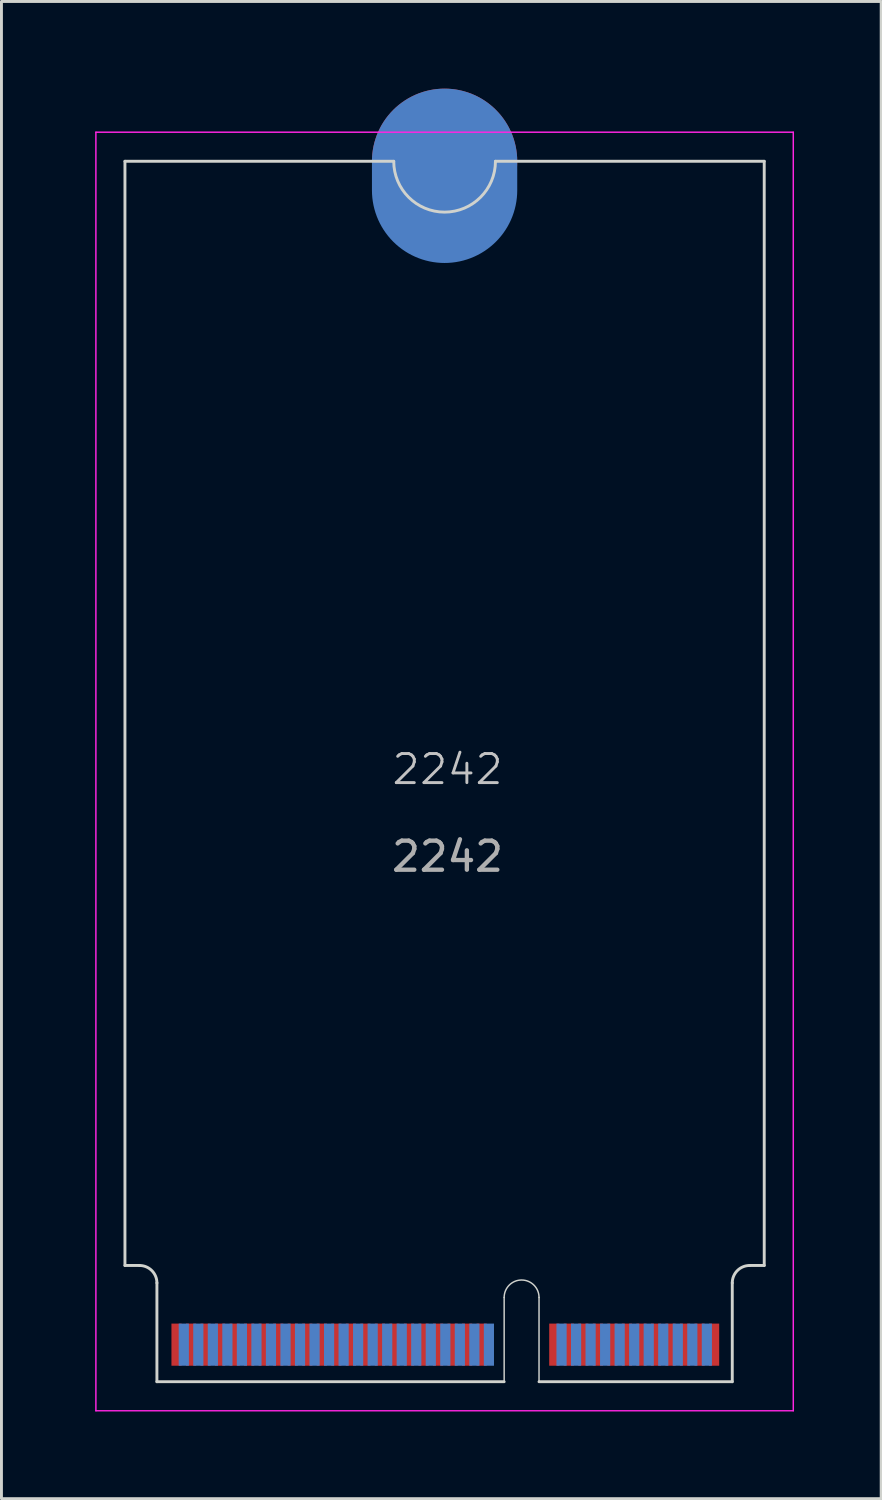
<source format=kicad_pcb>
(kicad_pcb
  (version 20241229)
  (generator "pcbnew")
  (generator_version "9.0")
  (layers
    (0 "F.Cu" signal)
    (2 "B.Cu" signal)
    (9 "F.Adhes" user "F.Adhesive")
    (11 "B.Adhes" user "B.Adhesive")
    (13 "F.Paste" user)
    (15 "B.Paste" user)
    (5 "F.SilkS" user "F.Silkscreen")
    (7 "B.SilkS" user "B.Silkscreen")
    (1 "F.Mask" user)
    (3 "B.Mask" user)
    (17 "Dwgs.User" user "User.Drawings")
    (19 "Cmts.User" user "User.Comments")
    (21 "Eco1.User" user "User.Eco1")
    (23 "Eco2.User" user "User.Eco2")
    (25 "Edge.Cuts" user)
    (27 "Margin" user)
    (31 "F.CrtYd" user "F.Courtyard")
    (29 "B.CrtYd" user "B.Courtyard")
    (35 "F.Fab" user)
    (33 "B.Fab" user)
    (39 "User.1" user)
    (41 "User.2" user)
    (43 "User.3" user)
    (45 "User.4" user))
  (footprint "2242"
    (layer "F.Cu")
    (at 0.25 1.5)
    (property "Reference" "2242" (at 12.1 21.925 0) (unlocked yes) (layer "Dwgs.User") (effects (font (size 1 1) (thickness 0.1))))
    (attr exclude_from_bom)
    (fp_line (start 1 1) (end 1 39) (stroke (width 0.1) (type default)) (layer "Edge.Cuts"))
    (fp_line (start 1 1) (end 10.25 1) (stroke (width 0.1) (type default)) (layer "Edge.Cuts"))
    (fp_line (start 1 39) (end 1.5 39) (stroke (width 0.1) (type default)) (layer "Edge.Cuts"))
    (fp_line (start 2.1 39.6) (end 2.1 43) (stroke (width 0.1) (type default)) (layer "Edge.Cuts"))
    (fp_line (start 2.1 43) (end 14.05 43) (stroke (width 0.1) (type default)) (layer "Edge.Cuts"))
    (fp_line (start 14.05 43) (end 14.05 40.1) (stroke (width 0.05) (type default)) (layer "Edge.Cuts"))
    (fp_line (start 15.25 40.1) (end 15.25 43) (stroke (width 0.05) (type default)) (layer "Edge.Cuts"))
    (fp_line (start 15.25 43) (end 21.9 43) (stroke (width 0.1) (type default)) (layer "Edge.Cuts"))
    (fp_line (start 21.9 39.6) (end 21.9 43) (stroke (width 0.1) (type default)) (layer "Edge.Cuts"))
    (fp_line (start 23 1) (end 13.75 1) (stroke (width 0.1) (type default)) (layer "Edge.Cuts"))
    (fp_line (start 23 1) (end 23 39) (stroke (width 0.1) (type default)) (layer "Edge.Cuts"))
    (fp_line (start 23 39) (end 22.5 39) (stroke (width 0.1) (type default)) (layer "Edge.Cuts"))
    (fp_arc (start 1.5 39) (mid 1.924264 39.175736) (end 2.1 39.6) (stroke (width 0.1) (type default)) (layer "Edge.Cuts"))
    (fp_arc (start 13.75 1) (mid 12 2.75) (end 10.25 1) (stroke (width 0.1) (type default)) (layer "Edge.Cuts"))
    (fp_arc (start 14.05 40.1) (mid 14.65 39.5) (end 15.25 40.1) (stroke (width 0.05) (type default)) (layer "Edge.Cuts"))
    (fp_arc (start 21.9 39.6) (mid 22.075736 39.175736) (end 22.5 39) (stroke (width 0.1) (type default)) (layer "Edge.Cuts"))
    (fp_line (start 0 0) (end 0 44) (stroke (width 0.05) (type default)) (layer "F.CrtYd"))
    (fp_line (start 0 44) (end 24 44) (stroke (width 0.05) (type default)) (layer "F.CrtYd"))
    (fp_line (start 24 0) (end 0 0) (stroke (width 0.05) (type default)) (layer "F.CrtYd"))
    (fp_line (start 24 44) (end 24 0) (stroke (width 0.05) (type default)) (layer "F.CrtYd"))
    (fp_text user "${REFERENCE}" (at 12.1 24.925 0) (unlocked yes) (layer "F.Fab") (effects (font (size 1 1) (thickness 0.15))))
    (pad "1" connect rect (at 21.275 41.725) (size 0.35 1.45) (layers "F.Cu" "F.Mask"))
    (pad "2" connect rect (at 21.025 41.725) (size 0.35 1.45) (layers "B.Cu" "B.Mask"))
    (pad "3" connect rect (at 20.775 41.725) (size 0.35 1.45) (layers "F.Cu" "F.Mask"))
    (pad "4" connect rect (at 20.525 41.725) (size 0.35 1.45) (layers "B.Cu" "B.Mask"))
    (pad "5" connect rect (at 20.275 41.725) (size 0.35 1.45) (layers "F.Cu" "F.Mask"))
    (pad "6" connect rect (at 20.025 41.725) (size 0.35 1.45) (layers "B.Cu" "B.Mask"))
    (pad "7" connect rect (at 19.775 41.725) (size 0.35 1.45) (layers "F.Cu" "F.Mask"))
    (pad "8" connect rect (at 19.525 41.725) (size 0.35 1.45) (layers "B.Cu" "B.Mask"))
    (pad "9" connect rect (at 19.275 41.725) (size 0.35 1.45) (layers "F.Cu" "F.Mask"))
    (pad "10" connect rect (at 19.025 41.725) (size 0.35 1.45) (layers "B.Cu" "B.Mask"))
    (pad "11" connect rect (at 18.775 41.725) (size 0.35 1.45) (layers "F.Cu" "F.Mask"))
    (pad "12" connect rect (at 18.525 41.725) (size 0.35 1.45) (layers "B.Cu" "B.Mask"))
    (pad "13" connect rect (at 18.275 41.725) (size 0.35 1.45) (layers "F.Cu" "F.Mask"))
    (pad "14" connect rect (at 18.025 41.725) (size 0.35 1.45) (layers "B.Cu" "B.Mask"))
    (pad "15" connect rect (at 17.775 41.725) (size 0.35 1.45) (layers "F.Cu" "F.Mask"))
    (pad "16" connect rect (at 17.525 41.725) (size 0.35 1.45) (layers "B.Cu" "B.Mask"))
    (pad "17" connect rect (at 17.275 41.725) (size 0.35 1.45) (layers "F.Cu" "F.Mask"))
    (pad "18" connect rect (at 17.025 41.725) (size 0.35 1.45) (layers "B.Cu" "B.Mask"))
    (pad "19" connect rect (at 16.775 41.725) (size 0.35 1.45) (layers "F.Cu" "F.Mask"))
    (pad "20" connect rect (at 16.525 41.725) (size 0.35 1.45) (layers "B.Cu" "B.Mask"))
    (pad "21" connect rect (at 16.275 41.725) (size 0.35 1.45) (layers "F.Cu" "F.Mask"))
    (pad "22" connect rect (at 16.025 41.725) (size 0.35 1.45) (layers "B.Cu" "B.Mask"))
    (pad "23" connect rect (at 15.775 41.725) (size 0.35 1.45) (layers "F.Cu" "F.Mask"))
    (pad "32" connect rect (at 13.525 41.725) (size 0.35 1.45) (layers "B.Cu" "B.Mask"))
    (pad "33" connect rect (at 13.275 41.725) (size 0.35 1.45) (layers "F.Cu" "F.Mask"))
    (pad "34" connect rect (at 13.025 41.725) (size 0.35 1.45) (layers "B.Cu" "B.Mask"))
    (pad "35" connect rect (at 12.775 41.725) (size 0.35 1.45) (layers "F.Cu" "F.Mask"))
    (pad "36" connect rect (at 12.525 41.725) (size 0.35 1.45) (layers "B.Cu" "B.Mask"))
    (pad "37" connect rect (at 12.275 41.725) (size 0.35 1.45) (layers "F.Cu" "F.Mask"))
    (pad "38" connect rect (at 12.025 41.725) (size 0.35 1.45) (layers "B.Cu" "B.Mask"))
    (pad "39" connect rect (at 11.775 41.725) (size 0.35 1.45) (layers "F.Cu" "F.Mask"))
    (pad "40" connect rect (at 11.525 41.725) (size 0.35 1.45) (layers "B.Cu" "B.Mask"))
    (pad "41" connect rect (at 11.275 41.725) (size 0.35 1.45) (layers "F.Cu" "F.Mask"))
    (pad "42" connect rect (at 11.025 41.725) (size 0.35 1.45) (layers "B.Cu" "B.Mask"))
    (pad "43" connect rect (at 10.775 41.725) (size 0.35 1.45) (layers "F.Cu" "F.Mask"))
    (pad "44" connect rect (at 10.525 41.725) (size 0.35 1.45) (layers "B.Cu" "B.Mask"))
    (pad "45" connect rect (at 10.275 41.725) (size 0.35 1.45) (layers "F.Cu" "F.Mask"))
    (pad "46" connect rect (at 10.025 41.725) (size 0.35 1.45) (layers "B.Cu" "B.Mask"))
    (pad "47" connect rect (at 9.775 41.725) (size 0.35 1.45) (layers "F.Cu" "F.Mask"))
    (pad "48" connect rect (at 9.525 41.725) (size 0.35 1.45) (layers "B.Cu" "B.Mask"))
    (pad "49" connect rect (at 9.275 41.725) (size 0.35 1.45) (layers "F.Cu" "F.Mask"))
    (pad "50" connect rect (at 9.025 41.725) (size 0.35 1.45) (layers "B.Cu" "B.Mask"))
    (pad "51" connect rect (at 8.775 41.725) (size 0.35 1.45) (layers "F.Cu" "F.Mask"))
    (pad "52" connect rect (at 8.525 41.725) (size 0.35 1.45) (layers "B.Cu" "B.Mask"))
    (pad "53" connect rect (at 8.275 41.725) (size 0.35 1.45) (layers "F.Cu" "F.Mask"))
    (pad "54" connect rect (at 8.025 41.725) (size 0.35 1.45) (layers "B.Cu" "B.Mask"))
    (pad "55" connect rect (at 7.775 41.725) (size 0.35 1.45) (layers "F.Cu" "F.Mask"))
    (pad "56" connect rect (at 7.525 41.725) (size 0.35 1.45) (layers "B.Cu" "B.Mask"))
    (pad "57" connect rect (at 7.275 41.725) (size 0.35 1.45) (layers "F.Cu" "F.Mask"))
    (pad "58" connect rect (at 7.025 41.725) (size 0.35 1.45) (layers "B.Cu" "B.Mask"))
    (pad "59" connect rect (at 6.775 41.725) (size 0.35 1.45) (layers "F.Cu" "F.Mask"))
    (pad "60" connect rect (at 6.525 41.725) (size 0.35 1.45) (layers "B.Cu" "B.Mask"))
    (pad "61" connect rect (at 6.275 41.725) (size 0.35 1.45) (layers "F.Cu" "F.Mask"))
    (pad "62" connect rect (at 6.025 41.725) (size 0.35 1.45) (layers "B.Cu" "B.Mask"))
    (pad "63" connect rect (at 5.775 41.725) (size 0.35 1.45) (layers "F.Cu" "F.Mask"))
    (pad "64" connect rect (at 5.525 41.725) (size 0.35 1.45) (layers "B.Cu" "B.Mask"))
    (pad "65" connect rect (at 5.275 41.725) (size 0.35 1.45) (layers "F.Cu" "F.Mask"))
    (pad "66" connect rect (at 5.025 41.725) (size 0.35 1.45) (layers "B.Cu" "B.Mask"))
    (pad "67" connect rect (at 4.775 41.725) (size 0.35 1.45) (layers "F.Cu" "F.Mask"))
    (pad "68" connect rect (at 4.525 41.725) (size 0.35 1.45) (layers "B.Cu" "B.Mask"))
    (pad "69" connect rect (at 4.275 41.725) (size 0.35 1.45) (layers "F.Cu" "F.Mask"))
    (pad "70" connect rect (at 4.025 41.725) (size 0.35 1.45) (layers "B.Cu" "B.Mask"))
    (pad "71" connect rect (at 3.775 41.725) (size 0.35 1.45) (layers "F.Cu" "F.Mask"))
    (pad "72" connect rect (at 3.525 41.725) (size 0.35 1.45) (layers "B.Cu" "B.Mask"))
    (pad "73" connect rect (at 3.275 41.725) (size 0.35 1.45) (layers "F.Cu" "F.Mask"))
    (pad "74" connect rect (at 3.025 41.725) (size 0.35 1.45) (layers "B.Cu" "B.Mask"))
    (pad "75" connect rect (at 2.775 41.725) (size 0.35 1.45) (layers "F.Cu" "F.Mask"))
    (pad "76" connect circle (at 12 1) (size 5 5) (layers "F.Cu" "F.Mask"))
    (pad "77" connect oval (at 12 1.5) (size 5 6) (layers "B.Cu" "B.Mask")))
  (gr_rect
    (start -3 -3)
    (end 27.275 48.525)
    (stroke (width 0.1) (type default))
    (fill no)
    (layer "Edge.Cuts")))
</source>
